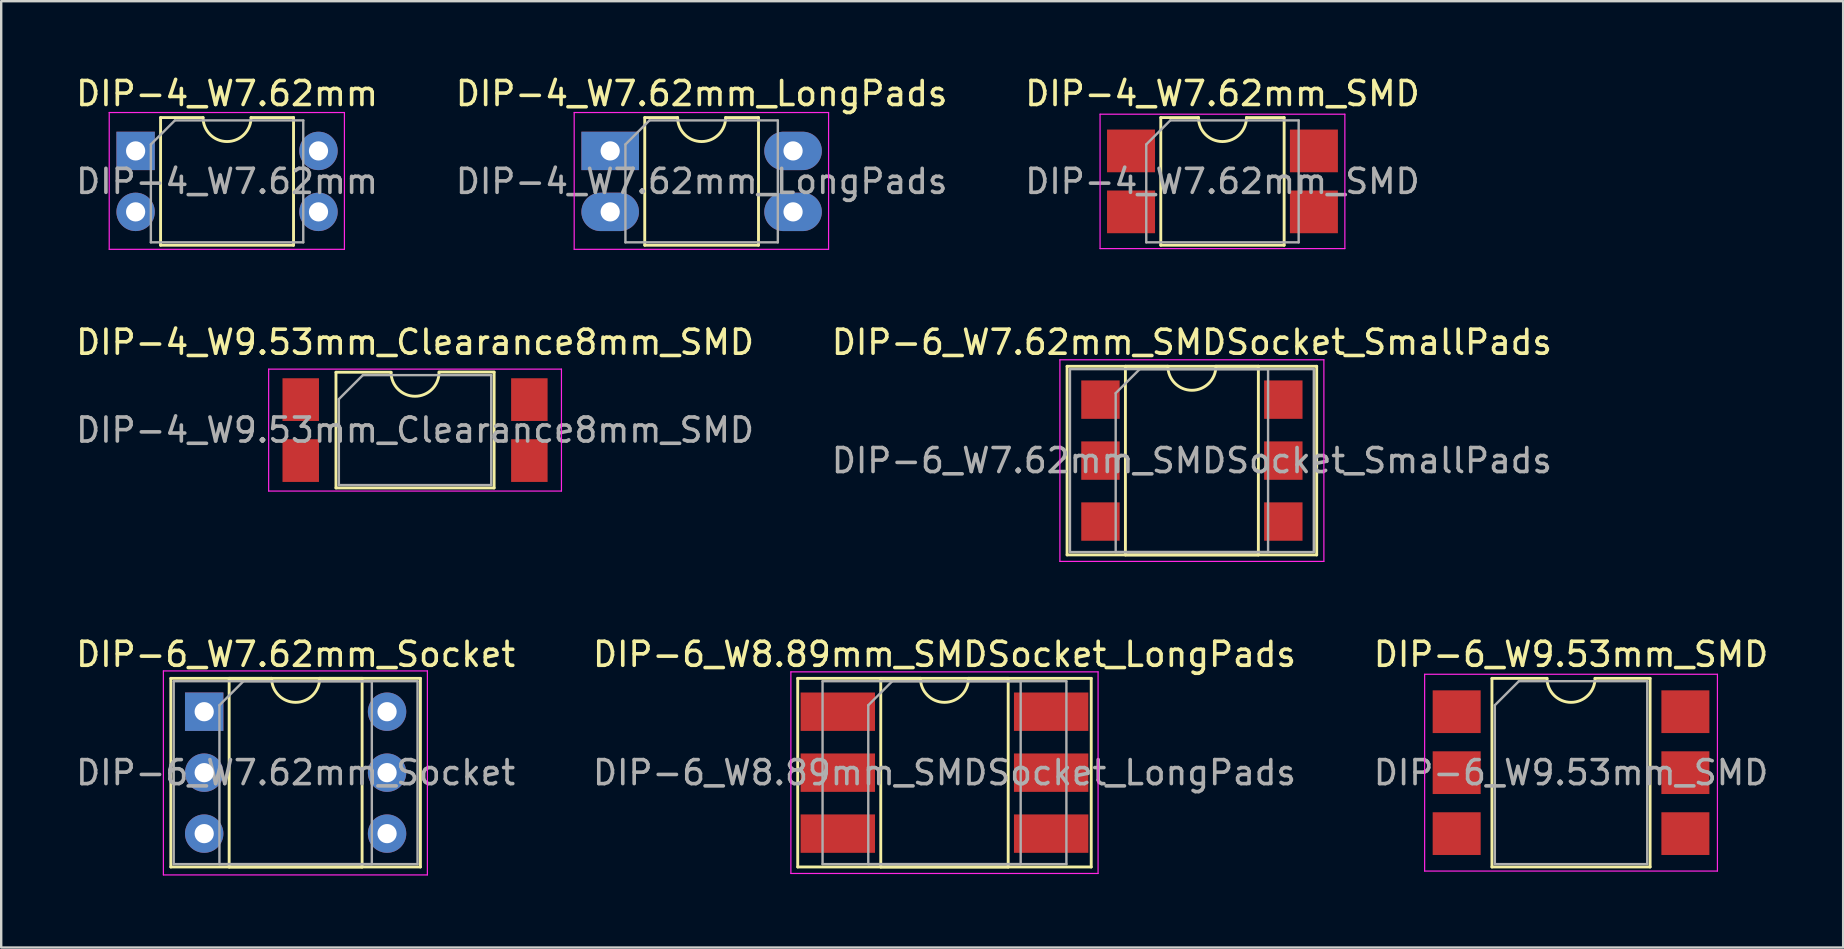
<source format=kicad_pcb>
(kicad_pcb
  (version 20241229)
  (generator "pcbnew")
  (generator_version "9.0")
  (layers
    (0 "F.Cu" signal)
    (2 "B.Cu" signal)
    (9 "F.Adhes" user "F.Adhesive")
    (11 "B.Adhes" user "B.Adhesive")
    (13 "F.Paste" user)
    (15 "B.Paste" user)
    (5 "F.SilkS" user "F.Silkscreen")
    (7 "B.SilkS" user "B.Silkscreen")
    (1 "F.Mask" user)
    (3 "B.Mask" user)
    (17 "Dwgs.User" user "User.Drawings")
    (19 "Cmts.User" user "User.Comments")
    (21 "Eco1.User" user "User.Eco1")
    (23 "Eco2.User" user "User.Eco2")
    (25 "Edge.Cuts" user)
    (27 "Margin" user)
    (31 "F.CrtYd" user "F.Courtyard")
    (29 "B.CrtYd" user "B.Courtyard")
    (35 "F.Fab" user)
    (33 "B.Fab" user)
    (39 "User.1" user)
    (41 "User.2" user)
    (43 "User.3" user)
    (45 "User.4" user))
  (footprint "DIP-6_W7.62mm_SMDSocket_SmallPads"
    (layer "F.Cu")
    (at 46.613 16.142)
    (property "Reference" "DIP-6_W7.62mm_SMDSocket_SmallPads" (at 0 -4.93 0) (layer "F.SilkS") (effects (font (size 1 1) (thickness 0.15))))
    (attr smd)
    (fp_line (start -5.2 -3.93) (end -5.2 3.93) (stroke (width 0.12) (type solid)) (layer "F.SilkS"))
    (fp_line (start -5.2 3.93) (end 5.2 3.93) (stroke (width 0.12) (type solid)) (layer "F.SilkS"))
    (fp_line (start -2.77 -3.93) (end -2.77 3.93) (stroke (width 0.12) (type solid)) (layer "F.SilkS"))
    (fp_line (start -2.77 3.93) (end 2.77 3.93) (stroke (width 0.12) (type solid)) (layer "F.SilkS"))
    (fp_line (start -1 -3.93) (end -2.77 -3.93) (stroke (width 0.12) (type solid)) (layer "F.SilkS"))
    (fp_line (start 2.77 -3.93) (end 1 -3.93) (stroke (width 0.12) (type solid)) (layer "F.SilkS"))
    (fp_line (start 2.77 3.93) (end 2.77 -3.93) (stroke (width 0.12) (type solid)) (layer "F.SilkS"))
    (fp_line (start 5.2 -3.93) (end -5.2 -3.93) (stroke (width 0.12) (type solid)) (layer "F.SilkS"))
    (fp_line (start 5.2 3.93) (end 5.2 -3.93) (stroke (width 0.12) (type solid)) (layer "F.SilkS"))
    (fp_arc (start 1 -3.93) (mid 0 -2.93) (end -1 -3.93) (stroke (width 0.12) (type solid)) (layer "F.SilkS"))
    (fp_line (start -5.5 -4.2) (end -5.5 4.2) (stroke (width 0.05) (type solid)) (layer "F.CrtYd"))
    (fp_line (start -5.5 4.2) (end 5.5 4.2) (stroke (width 0.05) (type solid)) (layer "F.CrtYd"))
    (fp_line (start 5.5 -4.2) (end -5.5 -4.2) (stroke (width 0.05) (type solid)) (layer "F.CrtYd"))
    (fp_line (start 5.5 4.2) (end 5.5 -4.2) (stroke (width 0.05) (type solid)) (layer "F.CrtYd"))
    (fp_line (start -5.08 -3.81) (end -5.08 3.81) (stroke (width 0.1) (type solid)) (layer "F.Fab"))
    (fp_line (start -5.08 3.81) (end 5.08 3.81) (stroke (width 0.1) (type solid)) (layer "F.Fab"))
    (fp_line (start -3.175 -2.81) (end -2.175 -3.81) (stroke (width 0.1) (type solid)) (layer "F.Fab"))
    (fp_line (start -3.175 3.81) (end -3.175 -2.81) (stroke (width 0.1) (type solid)) (layer "F.Fab"))
    (fp_line (start -2.175 -3.81) (end 3.175 -3.81) (stroke (width 0.1) (type solid)) (layer "F.Fab"))
    (fp_line (start 3.175 -3.81) (end 3.175 3.81) (stroke (width 0.1) (type solid)) (layer "F.Fab"))
    (fp_line (start 3.175 3.81) (end -3.175 3.81) (stroke (width 0.1) (type solid)) (layer "F.Fab"))
    (fp_line (start 5.08 -3.81) (end -5.08 -3.81) (stroke (width 0.1) (type solid)) (layer "F.Fab"))
    (fp_line (start 5.08 3.81) (end 5.08 -3.81) (stroke (width 0.1) (type solid)) (layer "F.Fab"))
    (fp_text user "${REFERENCE}" (at 0 0 0) (layer "F.Fab") (effects (font (size 1 1) (thickness 0.15))))
    (pad "1" smd rect (at -3.81 -2.54) (size 1.6 1.6) (layers "F.Cu" "F.Mask" "F.Paste"))
    (pad "2" smd rect (at -3.81 0) (size 1.6 1.6) (layers "F.Cu" "F.Mask" "F.Paste"))
    (pad "3" smd rect (at -3.81 2.54) (size 1.6 1.6) (layers "F.Cu" "F.Mask" "F.Paste"))
    (pad "4" smd rect (at 3.81 2.54) (size 1.6 1.6) (layers "F.Cu" "F.Mask" "F.Paste"))
    (pad "5" smd rect (at 3.81 0) (size 1.6 1.6) (layers "F.Cu" "F.Mask" "F.Paste"))
    (pad "6" smd rect (at 3.81 -2.54) (size 1.6 1.6) (layers "F.Cu" "F.Mask" "F.Paste")))
  (footprint "DIP-4_W7.62mm"
    (layer "F.Cu")
    (at 2.601 3.238)
    (property "Reference" "DIP-4_W7.62mm" (at 3.81 -2.39 0) (layer "F.SilkS") (effects (font (size 1 1) (thickness 0.15))))
    (attr through_hole)
    (fp_line (start 1.04 -1.39) (end 1.04 3.93) (stroke (width 0.12) (type solid)) (layer "F.SilkS"))
    (fp_line (start 1.04 3.93) (end 6.58 3.93) (stroke (width 0.12) (type solid)) (layer "F.SilkS"))
    (fp_line (start 2.81 -1.39) (end 1.04 -1.39) (stroke (width 0.12) (type solid)) (layer "F.SilkS"))
    (fp_line (start 6.58 -1.39) (end 4.81 -1.39) (stroke (width 0.12) (type solid)) (layer "F.SilkS"))
    (fp_line (start 6.58 3.93) (end 6.58 -1.39) (stroke (width 0.12) (type solid)) (layer "F.SilkS"))
    (fp_arc (start 4.81 -1.39) (mid 3.81 -0.39) (end 2.81 -1.39) (stroke (width 0.12) (type solid)) (layer "F.SilkS"))
    (fp_line (start -1.1 -1.6) (end -1.1 4.1) (stroke (width 0.05) (type solid)) (layer "F.CrtYd"))
    (fp_line (start -1.1 4.1) (end 8.7 4.1) (stroke (width 0.05) (type solid)) (layer "F.CrtYd"))
    (fp_line (start 8.7 -1.6) (end -1.1 -1.6) (stroke (width 0.05) (type solid)) (layer "F.CrtYd"))
    (fp_line (start 8.7 4.1) (end 8.7 -1.6) (stroke (width 0.05) (type solid)) (layer "F.CrtYd"))
    (fp_line (start 0.635 -0.27) (end 1.635 -1.27) (stroke (width 0.1) (type solid)) (layer "F.Fab"))
    (fp_line (start 0.635 3.81) (end 0.635 -0.27) (stroke (width 0.1) (type solid)) (layer "F.Fab"))
    (fp_line (start 1.635 -1.27) (end 6.985 -1.27) (stroke (width 0.1) (type solid)) (layer "F.Fab"))
    (fp_line (start 6.985 -1.27) (end 6.985 3.81) (stroke (width 0.1) (type solid)) (layer "F.Fab"))
    (fp_line (start 6.985 3.81) (end 0.635 3.81) (stroke (width 0.1) (type solid)) (layer "F.Fab"))
    (fp_text user "${REFERENCE}" (at 3.81 1.27 0) (layer "F.Fab") (effects (font (size 1 1) (thickness 0.15))))
    (pad "1" thru_hole rect (at 0 0) (size 1.6 1.6) (drill 0.8) (layers "*.Cu" "*.Mask"))
    (pad "2" thru_hole oval (at 0 2.54) (size 1.6 1.6) (drill 0.8) (layers "*.Cu" "*.Mask"))
    (pad "3" thru_hole oval (at 7.62 2.54) (size 1.6 1.6) (drill 0.8) (layers "*.Cu" "*.Mask"))
    (pad "4" thru_hole oval (at 7.62 0) (size 1.6 1.6) (drill 0.8) (layers "*.Cu" "*.Mask")))
  (footprint "DIP-6_W8.89mm_SMDSocket_LongPads"
    (layer "F.Cu")
    (at 36.304 29.145)
    (property "Reference" "DIP-6_W8.89mm_SMDSocket_LongPads" (at 0 -4.93 0) (layer "F.SilkS") (effects (font (size 1 1) (thickness 0.15))))
    (attr smd)
    (fp_line (start -6.115 -3.93) (end -6.115 3.93) (stroke (width 0.12) (type solid)) (layer "F.SilkS"))
    (fp_line (start -6.115 3.93) (end 6.115 3.93) (stroke (width 0.12) (type solid)) (layer "F.SilkS"))
    (fp_line (start -2.655 -3.93) (end -2.655 3.93) (stroke (width 0.12) (type solid)) (layer "F.SilkS"))
    (fp_line (start -2.655 3.93) (end 2.655 3.93) (stroke (width 0.12) (type solid)) (layer "F.SilkS"))
    (fp_line (start -1 -3.93) (end -2.655 -3.93) (stroke (width 0.12) (type solid)) (layer "F.SilkS"))
    (fp_line (start 2.655 -3.93) (end 1 -3.93) (stroke (width 0.12) (type solid)) (layer "F.SilkS"))
    (fp_line (start 2.655 3.93) (end 2.655 -3.93) (stroke (width 0.12) (type solid)) (layer "F.SilkS"))
    (fp_line (start 6.115 -3.93) (end -6.115 -3.93) (stroke (width 0.12) (type solid)) (layer "F.SilkS"))
    (fp_line (start 6.115 3.93) (end 6.115 -3.93) (stroke (width 0.12) (type solid)) (layer "F.SilkS"))
    (fp_arc (start 1 -3.93) (mid 0 -2.93) (end -1 -3.93) (stroke (width 0.12) (type solid)) (layer "F.SilkS"))
    (fp_line (start -6.4 -4.2) (end -6.4 4.2) (stroke (width 0.05) (type solid)) (layer "F.CrtYd"))
    (fp_line (start -6.4 4.2) (end 6.4 4.2) (stroke (width 0.05) (type solid)) (layer "F.CrtYd"))
    (fp_line (start 6.4 -4.2) (end -6.4 -4.2) (stroke (width 0.05) (type solid)) (layer "F.CrtYd"))
    (fp_line (start 6.4 4.2) (end 6.4 -4.2) (stroke (width 0.05) (type solid)) (layer "F.CrtYd"))
    (fp_line (start -5.08 -3.81) (end -5.08 3.81) (stroke (width 0.1) (type solid)) (layer "F.Fab"))
    (fp_line (start -5.08 3.81) (end 5.08 3.81) (stroke (width 0.1) (type solid)) (layer "F.Fab"))
    (fp_line (start -3.175 -2.81) (end -2.175 -3.81) (stroke (width 0.1) (type solid)) (layer "F.Fab"))
    (fp_line (start -3.175 3.81) (end -3.175 -2.81) (stroke (width 0.1) (type solid)) (layer "F.Fab"))
    (fp_line (start -2.175 -3.81) (end 3.175 -3.81) (stroke (width 0.1) (type solid)) (layer "F.Fab"))
    (fp_line (start 3.175 -3.81) (end 3.175 3.81) (stroke (width 0.1) (type solid)) (layer "F.Fab"))
    (fp_line (start 3.175 3.81) (end -3.175 3.81) (stroke (width 0.1) (type solid)) (layer "F.Fab"))
    (fp_line (start 5.08 -3.81) (end -5.08 -3.81) (stroke (width 0.1) (type solid)) (layer "F.Fab"))
    (fp_line (start 5.08 3.81) (end 5.08 -3.81) (stroke (width 0.1) (type solid)) (layer "F.Fab"))
    (fp_text user "${REFERENCE}" (at 0 0 0) (layer "F.Fab") (effects (font (size 1 1) (thickness 0.15))))
    (pad "1" smd rect (at -4.445 -2.54) (size 3.1 1.6) (layers "F.Cu" "F.Mask" "F.Paste"))
    (pad "2" smd rect (at -4.445 0) (size 3.1 1.6) (layers "F.Cu" "F.Mask" "F.Paste"))
    (pad "3" smd rect (at -4.445 2.54) (size 3.1 1.6) (layers "F.Cu" "F.Mask" "F.Paste"))
    (pad "4" smd rect (at 4.445 2.54) (size 3.1 1.6) (layers "F.Cu" "F.Mask" "F.Paste"))
    (pad "5" smd rect (at 4.445 0) (size 3.1 1.6) (layers "F.Cu" "F.Mask" "F.Paste"))
    (pad "6" smd rect (at 4.445 -2.54) (size 3.1 1.6) (layers "F.Cu" "F.Mask" "F.Paste")))
  (footprint "DIP-6_W9.53mm_SMD"
    (layer "F.Cu")
    (at 62.411 29.145)
    (property "Reference" "DIP-6_W9.53mm_SMD" (at 0 -4.93 0) (layer "F.SilkS") (effects (font (size 1 1) (thickness 0.15))))
    (attr smd)
    (fp_line (start -3.295 -3.93) (end -3.295 3.93) (stroke (width 0.12) (type solid)) (layer "F.SilkS"))
    (fp_line (start -3.295 3.93) (end 3.295 3.93) (stroke (width 0.12) (type solid)) (layer "F.SilkS"))
    (fp_line (start -1 -3.93) (end -3.295 -3.93) (stroke (width 0.12) (type solid)) (layer "F.SilkS"))
    (fp_line (start 3.295 -3.93) (end 1 -3.93) (stroke (width 0.12) (type solid)) (layer "F.SilkS"))
    (fp_line (start 3.295 3.93) (end 3.295 -3.93) (stroke (width 0.12) (type solid)) (layer "F.SilkS"))
    (fp_arc (start 1 -3.93) (mid 0 -2.93) (end -1 -3.93) (stroke (width 0.12) (type solid)) (layer "F.SilkS"))
    (fp_line (start -6.1 -4.1) (end -6.1 4.1) (stroke (width 0.05) (type solid)) (layer "F.CrtYd"))
    (fp_line (start -6.1 4.1) (end 6.1 4.1) (stroke (width 0.05) (type solid)) (layer "F.CrtYd"))
    (fp_line (start 6.1 -4.1) (end -6.1 -4.1) (stroke (width 0.05) (type solid)) (layer "F.CrtYd"))
    (fp_line (start 6.1 4.1) (end 6.1 -4.1) (stroke (width 0.05) (type solid)) (layer "F.CrtYd"))
    (fp_line (start -3.175 -2.81) (end -2.175 -3.81) (stroke (width 0.1) (type solid)) (layer "F.Fab"))
    (fp_line (start -3.175 3.81) (end -3.175 -2.81) (stroke (width 0.1) (type solid)) (layer "F.Fab"))
    (fp_line (start -2.175 -3.81) (end 3.175 -3.81) (stroke (width 0.1) (type solid)) (layer "F.Fab"))
    (fp_line (start 3.175 -3.81) (end 3.175 3.81) (stroke (width 0.1) (type solid)) (layer "F.Fab"))
    (fp_line (start 3.175 3.81) (end -3.175 3.81) (stroke (width 0.1) (type solid)) (layer "F.Fab"))
    (fp_text user "${REFERENCE}" (at 0 0 0) (layer "F.Fab") (effects (font (size 1 1) (thickness 0.15))))
    (pad "1" smd rect (at -4.765 -2.54) (size 2 1.78) (layers "F.Cu" "F.Mask" "F.Paste"))
    (pad "2" smd rect (at -4.765 0) (size 2 1.78) (layers "F.Cu" "F.Mask" "F.Paste"))
    (pad "3" smd rect (at -4.765 2.54) (size 2 1.78) (layers "F.Cu" "F.Mask" "F.Paste"))
    (pad "4" smd rect (at 4.765 2.54) (size 2 1.78) (layers "F.Cu" "F.Mask" "F.Paste"))
    (pad "5" smd rect (at 4.765 0) (size 2 1.78) (layers "F.Cu" "F.Mask" "F.Paste"))
    (pad "6" smd rect (at 4.765 -2.54) (size 2 1.78) (layers "F.Cu" "F.Mask" "F.Paste")))
  (footprint "DIP-4_W7.62mm_SMD"
    (layer "F.Cu")
    (at 47.887 4.508)
    (property "Reference" "DIP-4_W7.62mm_SMD" (at 0 -3.66 0) (layer "F.SilkS") (effects (font (size 1 1) (thickness 0.15))))
    (attr smd)
    (fp_line (start -2.57 -2.66) (end -2.57 2.66) (stroke (width 0.12) (type solid)) (layer "F.SilkS"))
    (fp_line (start -2.57 2.66) (end 2.57 2.66) (stroke (width 0.12) (type solid)) (layer "F.SilkS"))
    (fp_line (start -1 -2.66) (end -2.57 -2.66) (stroke (width 0.12) (type solid)) (layer "F.SilkS"))
    (fp_line (start 2.57 -2.66) (end 1 -2.66) (stroke (width 0.12) (type solid)) (layer "F.SilkS"))
    (fp_line (start 2.57 2.66) (end 2.57 -2.66) (stroke (width 0.12) (type solid)) (layer "F.SilkS"))
    (fp_arc (start 1 -2.66) (mid 0 -1.66) (end -1 -2.66) (stroke (width 0.12) (type solid)) (layer "F.SilkS"))
    (fp_line (start -5.1 -2.8) (end -5.1 2.8) (stroke (width 0.05) (type solid)) (layer "F.CrtYd"))
    (fp_line (start -5.1 2.8) (end 5.1 2.8) (stroke (width 0.05) (type solid)) (layer "F.CrtYd"))
    (fp_line (start 5.1 -2.8) (end -5.1 -2.8) (stroke (width 0.05) (type solid)) (layer "F.CrtYd"))
    (fp_line (start 5.1 2.8) (end 5.1 -2.8) (stroke (width 0.05) (type solid)) (layer "F.CrtYd"))
    (fp_line (start -3.175 -1.54) (end -2.175 -2.54) (stroke (width 0.1) (type solid)) (layer "F.Fab"))
    (fp_line (start -3.175 2.54) (end -3.175 -1.54) (stroke (width 0.1) (type solid)) (layer "F.Fab"))
    (fp_line (start -2.175 -2.54) (end 3.175 -2.54) (stroke (width 0.1) (type solid)) (layer "F.Fab"))
    (fp_line (start 3.175 -2.54) (end 3.175 2.54) (stroke (width 0.1) (type solid)) (layer "F.Fab"))
    (fp_line (start 3.175 2.54) (end -3.175 2.54) (stroke (width 0.1) (type solid)) (layer "F.Fab"))
    (fp_text user "${REFERENCE}" (at 0 0 0) (layer "F.Fab") (effects (font (size 1 1) (thickness 0.15))))
    (pad "1" smd rect (at -3.81 -1.27) (size 2 1.78) (layers "F.Cu" "F.Mask" "F.Paste"))
    (pad "2" smd rect (at -3.81 1.27) (size 2 1.78) (layers "F.Cu" "F.Mask" "F.Paste"))
    (pad "3" smd rect (at 3.81 1.27) (size 2 1.78) (layers "F.Cu" "F.Mask" "F.Paste"))
    (pad "4" smd rect (at 3.81 -1.27) (size 2 1.78) (layers "F.Cu" "F.Mask" "F.Paste")))
  (footprint "DIP-4_W7.62mm_LongPads"
    (layer "F.Cu")
    (at 22.375 3.238)
    (property "Reference" "DIP-4_W7.62mm_LongPads" (at 3.81 -2.39 0) (layer "F.SilkS") (effects (font (size 1 1) (thickness 0.15))))
    (attr through_hole)
    (fp_line (start 1.44 -1.39) (end 1.44 3.93) (stroke (width 0.12) (type solid)) (layer "F.SilkS"))
    (fp_line (start 1.44 3.93) (end 6.18 3.93) (stroke (width 0.12) (type solid)) (layer "F.SilkS"))
    (fp_line (start 2.81 -1.39) (end 1.44 -1.39) (stroke (width 0.12) (type solid)) (layer "F.SilkS"))
    (fp_line (start 6.18 -1.39) (end 4.81 -1.39) (stroke (width 0.12) (type solid)) (layer "F.SilkS"))
    (fp_line (start 6.18 3.93) (end 6.18 -1.39) (stroke (width 0.12) (type solid)) (layer "F.SilkS"))
    (fp_arc (start 4.81 -1.39) (mid 3.81 -0.39) (end 2.81 -1.39) (stroke (width 0.12) (type solid)) (layer "F.SilkS"))
    (fp_line (start -1.5 -1.6) (end -1.5 4.1) (stroke (width 0.05) (type solid)) (layer "F.CrtYd"))
    (fp_line (start -1.5 4.1) (end 9.1 4.1) (stroke (width 0.05) (type solid)) (layer "F.CrtYd"))
    (fp_line (start 9.1 -1.6) (end -1.5 -1.6) (stroke (width 0.05) (type solid)) (layer "F.CrtYd"))
    (fp_line (start 9.1 4.1) (end 9.1 -1.6) (stroke (width 0.05) (type solid)) (layer "F.CrtYd"))
    (fp_line (start 0.635 -0.27) (end 1.635 -1.27) (stroke (width 0.1) (type solid)) (layer "F.Fab"))
    (fp_line (start 0.635 3.81) (end 0.635 -0.27) (stroke (width 0.1) (type solid)) (layer "F.Fab"))
    (fp_line (start 1.635 -1.27) (end 6.985 -1.27) (stroke (width 0.1) (type solid)) (layer "F.Fab"))
    (fp_line (start 6.985 -1.27) (end 6.985 3.81) (stroke (width 0.1) (type solid)) (layer "F.Fab"))
    (fp_line (start 6.985 3.81) (end 0.635 3.81) (stroke (width 0.1) (type solid)) (layer "F.Fab"))
    (fp_text user "${REFERENCE}" (at 3.81 1.27 0) (layer "F.Fab") (effects (font (size 1 1) (thickness 0.15))))
    (pad "1" thru_hole rect (at 0 0) (size 2.4 1.6) (drill 0.8) (layers "*.Cu" "*.Mask"))
    (pad "2" thru_hole oval (at 0 2.54) (size 2.4 1.6) (drill 0.8) (layers "*.Cu" "*.Mask"))
    (pad "3" thru_hole oval (at 7.62 2.54) (size 2.4 1.6) (drill 0.8) (layers "*.Cu" "*.Mask"))
    (pad "4" thru_hole oval (at 7.62 0) (size 2.4 1.6) (drill 0.8) (layers "*.Cu" "*.Mask")))
  (footprint "DIP-6_W7.62mm_Socket"
    (layer "F.Cu")
    (at 5.458 26.605)
    (property "Reference" "DIP-6_W7.62mm_Socket" (at 3.81 -2.39 0) (layer "F.SilkS") (effects (font (size 1 1) (thickness 0.15))))
    (attr through_hole)
    (fp_line (start -1.39 -1.39) (end -1.39 6.47) (stroke (width 0.12) (type solid)) (layer "F.SilkS"))
    (fp_line (start -1.39 6.47) (end 9.01 6.47) (stroke (width 0.12) (type solid)) (layer "F.SilkS"))
    (fp_line (start 1.04 -1.39) (end 1.04 6.47) (stroke (width 0.12) (type solid)) (layer "F.SilkS"))
    (fp_line (start 1.04 6.47) (end 6.58 6.47) (stroke (width 0.12) (type solid)) (layer "F.SilkS"))
    (fp_line (start 2.81 -1.39) (end 1.04 -1.39) (stroke (width 0.12) (type solid)) (layer "F.SilkS"))
    (fp_line (start 6.58 -1.39) (end 4.81 -1.39) (stroke (width 0.12) (type solid)) (layer "F.SilkS"))
    (fp_line (start 6.58 6.47) (end 6.58 -1.39) (stroke (width 0.12) (type solid)) (layer "F.SilkS"))
    (fp_line (start 9.01 -1.39) (end -1.39 -1.39) (stroke (width 0.12) (type solid)) (layer "F.SilkS"))
    (fp_line (start 9.01 6.47) (end 9.01 -1.39) (stroke (width 0.12) (type solid)) (layer "F.SilkS"))
    (fp_arc (start 4.81 -1.39) (mid 3.81 -0.39) (end 2.81 -1.39) (stroke (width 0.12) (type solid)) (layer "F.SilkS"))
    (fp_line (start -1.7 -1.7) (end -1.7 6.8) (stroke (width 0.05) (type solid)) (layer "F.CrtYd"))
    (fp_line (start -1.7 6.8) (end 9.3 6.8) (stroke (width 0.05) (type solid)) (layer "F.CrtYd"))
    (fp_line (start 9.3 -1.7) (end -1.7 -1.7) (stroke (width 0.05) (type solid)) (layer "F.CrtYd"))
    (fp_line (start 9.3 6.8) (end 9.3 -1.7) (stroke (width 0.05) (type solid)) (layer "F.CrtYd"))
    (fp_line (start -1.27 -1.27) (end -1.27 6.35) (stroke (width 0.1) (type solid)) (layer "F.Fab"))
    (fp_line (start -1.27 6.35) (end 8.89 6.35) (stroke (width 0.1) (type solid)) (layer "F.Fab"))
    (fp_line (start 0.635 -0.27) (end 1.635 -1.27) (stroke (width 0.1) (type solid)) (layer "F.Fab"))
    (fp_line (start 0.635 6.35) (end 0.635 -0.27) (stroke (width 0.1) (type solid)) (layer "F.Fab"))
    (fp_line (start 1.635 -1.27) (end 6.985 -1.27) (stroke (width 0.1) (type solid)) (layer "F.Fab"))
    (fp_line (start 6.985 -1.27) (end 6.985 6.35) (stroke (width 0.1) (type solid)) (layer "F.Fab"))
    (fp_line (start 6.985 6.35) (end 0.635 6.35) (stroke (width 0.1) (type solid)) (layer "F.Fab"))
    (fp_line (start 8.89 -1.27) (end -1.27 -1.27) (stroke (width 0.1) (type solid)) (layer "F.Fab"))
    (fp_line (start 8.89 6.35) (end 8.89 -1.27) (stroke (width 0.1) (type solid)) (layer "F.Fab"))
    (fp_text user "${REFERENCE}" (at 3.81 2.54 0) (layer "F.Fab") (effects (font (size 1 1) (thickness 0.15))))
    (pad "1" thru_hole rect (at 0 0) (size 1.6 1.6) (drill 0.8) (layers "*.Cu" "*.Mask"))
    (pad "2" thru_hole oval (at 0 2.54) (size 1.6 1.6) (drill 0.8) (layers "*.Cu" "*.Mask"))
    (pad "3" thru_hole oval (at 0 5.08) (size 1.6 1.6) (drill 0.8) (layers "*.Cu" "*.Mask"))
    (pad "4" thru_hole oval (at 7.62 5.08) (size 1.6 1.6) (drill 0.8) (layers "*.Cu" "*.Mask"))
    (pad "5" thru_hole oval (at 7.62 2.54) (size 1.6 1.6) (drill 0.8) (layers "*.Cu" "*.Mask"))
    (pad "6" thru_hole oval (at 7.62 0) (size 1.6 1.6) (drill 0.8) (layers "*.Cu" "*.Mask")))
  (footprint "DIP-4_W9.53mm_Clearance8mm_SMD"
    (layer "F.Cu")
    (at 14.244 14.871)
    (property "Reference" "DIP-4_W9.53mm_Clearance8mm_SMD" (at 0 -3.66 0) (layer "F.SilkS") (effects (font (size 1 1) (thickness 0.15))))
    (attr smd)
    (fp_line (start -3.295 -2.41) (end -3.295 2.41) (stroke (width 0.12) (type solid)) (layer "F.SilkS"))
    (fp_line (start -3.295 2.41) (end 3.295 2.41) (stroke (width 0.12) (type solid)) (layer "F.SilkS"))
    (fp_line (start -1 -2.41) (end -3.295 -2.41) (stroke (width 0.12) (type solid)) (layer "F.SilkS"))
    (fp_line (start 3.295 -2.42) (end 1 -2.42) (stroke (width 0.12) (type solid)) (layer "F.SilkS"))
    (fp_line (start 3.295 2.41) (end 3.295 -2.41) (stroke (width 0.12) (type solid)) (layer "F.SilkS"))
    (fp_arc (start 1 -2.41) (mid 0 -1.41) (end -1 -2.41) (stroke (width 0.12) (type solid)) (layer "F.SilkS"))
    (fp_line (start -6.1 -2.54) (end -6.1 2.54) (stroke (width 0.05) (type solid)) (layer "F.CrtYd"))
    (fp_line (start -6.1 2.54) (end 6.1 2.54) (stroke (width 0.05) (type solid)) (layer "F.CrtYd"))
    (fp_line (start 6.1 -2.54) (end -6.1 -2.54) (stroke (width 0.05) (type solid)) (layer "F.CrtYd"))
    (fp_line (start 6.1 2.54) (end 6.1 -2.54) (stroke (width 0.05) (type solid)) (layer "F.CrtYd"))
    (fp_line (start -3.175 -1.29) (end -2.175 -2.29) (stroke (width 0.1) (type solid)) (layer "F.Fab"))
    (fp_line (start -3.175 2.29) (end -3.175 -1.29) (stroke (width 0.1) (type solid)) (layer "F.Fab"))
    (fp_line (start -2.175 -2.29) (end 3.175 -2.29) (stroke (width 0.1) (type solid)) (layer "F.Fab"))
    (fp_line (start 3.175 -2.29) (end 3.175 2.29) (stroke (width 0.1) (type solid)) (layer "F.Fab"))
    (fp_line (start 3.175 2.29) (end -3.175 2.29) (stroke (width 0.1) (type solid)) (layer "F.Fab"))
    (fp_text user "${REFERENCE}" (at 0 0 0) (layer "F.Fab") (effects (font (size 1 1) (thickness 0.15))))
    (pad "1" smd rect (at -4.763 -1.27) (size 1.52 1.78) (layers "F.Cu" "F.Mask" "F.Paste"))
    (pad "2" smd rect (at -4.763 1.27) (size 1.52 1.78) (layers "F.Cu" "F.Mask" "F.Paste"))
    (pad "3" smd rect (at 4.763 1.27) (size 1.52 1.78) (layers "F.Cu" "F.Mask" "F.Paste"))
    (pad "4" smd rect (at 4.763 -1.27) (size 1.52 1.78) (layers "F.Cu" "F.Mask" "F.Paste")))
  (gr_rect
    (start -3 -3)
    (end 73.75 36.43)
    (stroke (width 0.1) (type default))
    (fill no)
    (layer "Edge.Cuts")))
</source>
